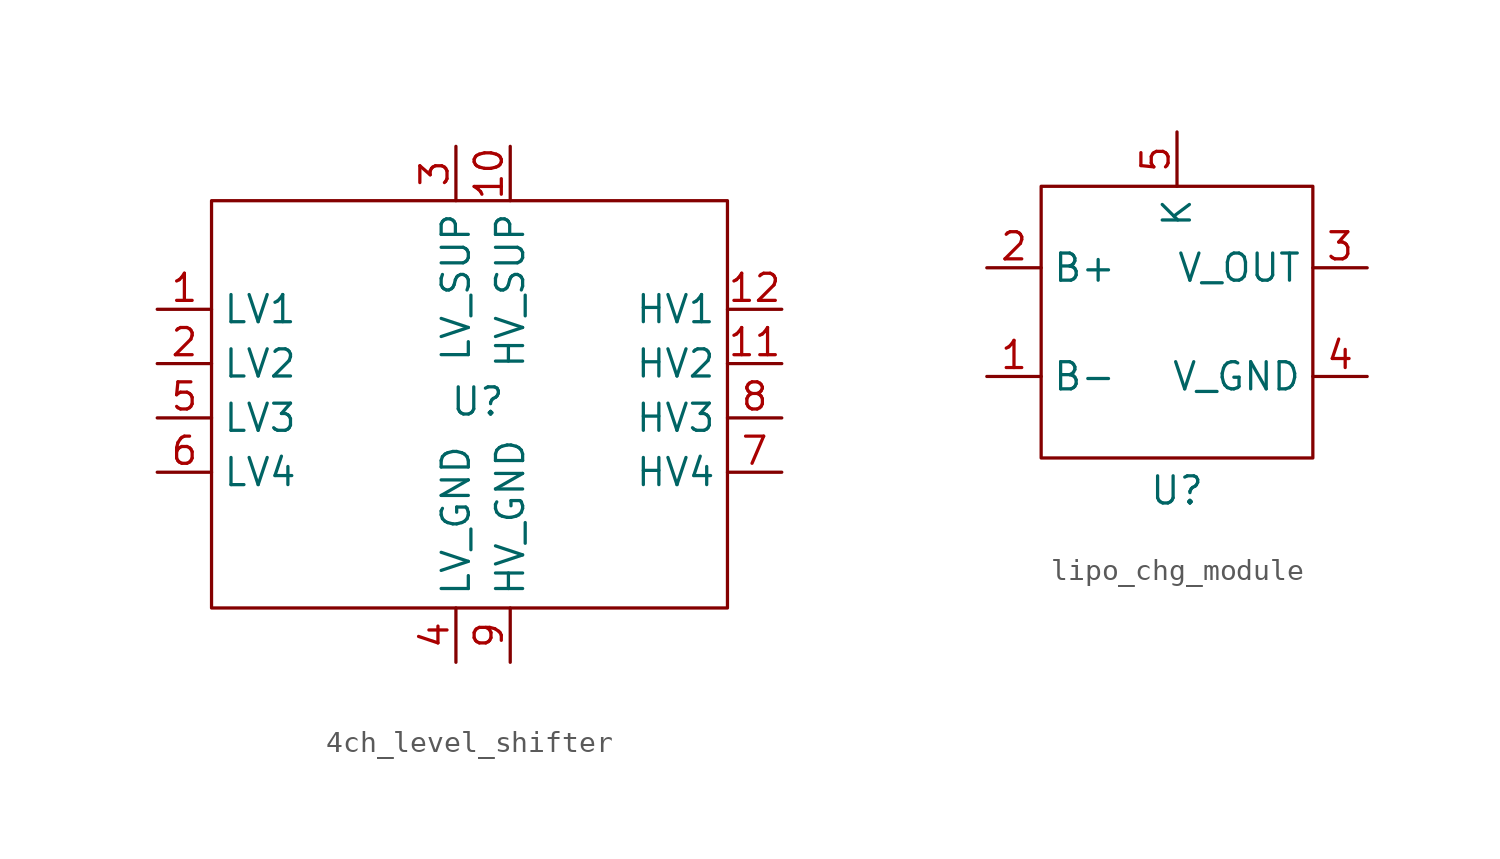
<source format=kicad_sym>
(kicad_symbol_lib
  (version 20231120)
  (generator "kicad_symbol_editor")
  (generator_version "8.0")
  (symbol "4ch_level_shifter"
    (property "Reference" "U"
      (at 2.286 -1.778 0)
      (effects (font (size 1.27 1.27))))
    (property "Value" ""
      (at 0 -2.54 0)
      (effects (font (size 1.27 1.27))))
    (symbol "4ch_level_shifter_0_1"
      (rectangle (start -10.16 7.62) (end 13.97 -11.43) (stroke (width 0) (type default)) (fill (type none))))
    (symbol "4ch_level_shifter_1_1"
      (pin bidirectional line (at -12.7 2.54 0) (length 2.54) (name "LV1" (effects (font (size 1.27 1.27)))) (number "1" (effects (font (size 1.27 1.27)))))
      (pin bidirectional line (at 3.81 10.16 270) (length 2.54) (name "HV_SUP" (effects (font (size 1.27 1.27)))) (number "10" (effects (font (size 1.27 1.27)))))
      (pin bidirectional line (at 16.51 0 180) (length 2.54) (name "HV2" (effects (font (size 1.27 1.27)))) (number "11" (effects (font (size 1.27 1.27)))))
      (pin bidirectional line (at 16.51 2.54 180) (length 2.54) (name "HV1" (effects (font (size 1.27 1.27)))) (number "12" (effects (font (size 1.27 1.27)))))
      (pin bidirectional line (at -12.7 0 0) (length 2.54) (name "LV2" (effects (font (size 1.27 1.27)))) (number "2" (effects (font (size 1.27 1.27)))))
      (pin bidirectional line (at 1.27 10.16 270) (length 2.54) (name "LV_SUP" (effects (font (size 1.27 1.27)))) (number "3" (effects (font (size 1.27 1.27)))))
      (pin bidirectional line (at 1.27 -13.97 90) (length 2.54) (name "LV_GND" (effects (font (size 1.27 1.27)))) (number "4" (effects (font (size 1.27 1.27)))))
      (pin bidirectional line (at -12.7 -2.54 0) (length 2.54) (name "LV3" (effects (font (size 1.27 1.27)))) (number "5" (effects (font (size 1.27 1.27)))))
      (pin bidirectional line (at -12.7 -5.08 0) (length 2.54) (name "LV4" (effects (font (size 1.27 1.27)))) (number "6" (effects (font (size 1.27 1.27)))))
      (pin bidirectional line (at 16.51 -5.08 180) (length 2.54) (name "HV4" (effects (font (size 1.27 1.27)))) (number "7" (effects (font (size 1.27 1.27)))))
      (pin bidirectional line (at 16.51 -2.54 180) (length 2.54) (name "HV3" (effects (font (size 1.27 1.27)))) (number "8" (effects (font (size 1.27 1.27)))))
      (pin bidirectional line (at 3.81 -13.97 90) (length 2.54) (name "HV_GND" (effects (font (size 1.27 1.27)))) (number "9" (effects (font (size 1.27 1.27)))))))
  (symbol "lipo_chg_module"
    (property "Reference" "U"
      (at 0 -7.874 0)
      (effects (font (size 1.27 1.27))))
    (property "Value" ""
      (at 0 0 0)
      (effects (font (size 1.27 1.27))))
    (symbol "lipo_chg_module_0_1"
      (rectangle (start -6.35 6.35) (end 6.35 -6.35) (stroke (width 0) (type default)) (fill (type none))))
    (symbol "lipo_chg_module_1_1"
      (pin bidirectional line (at -8.89 -2.54 0) (length 2.54) (name "B-" (effects (font (size 1.27 1.27)))) (number "1" (effects (font (size 1.27 1.27)))))
      (pin bidirectional line (at -8.89 2.54 0) (length 2.54) (name "B+" (effects (font (size 1.27 1.27)))) (number "2" (effects (font (size 1.27 1.27)))))
      (pin bidirectional line (at 8.89 2.54 180) (length 2.54) (name "V_OUT" (effects (font (size 1.27 1.27)))) (number "3" (effects (font (size 1.27 1.27)))))
      (pin bidirectional line (at 8.89 -2.54 180) (length 2.54) (name "V_GND" (effects (font (size 1.27 1.27)))) (number "4" (effects (font (size 1.27 1.27)))))
      (pin bidirectional line (at 0 8.89 270) (length 2.54) (name "K" (effects (font (size 1.27 1.27)))) (number "5" (effects (font (size 1.27 1.27))))))))
</source>
